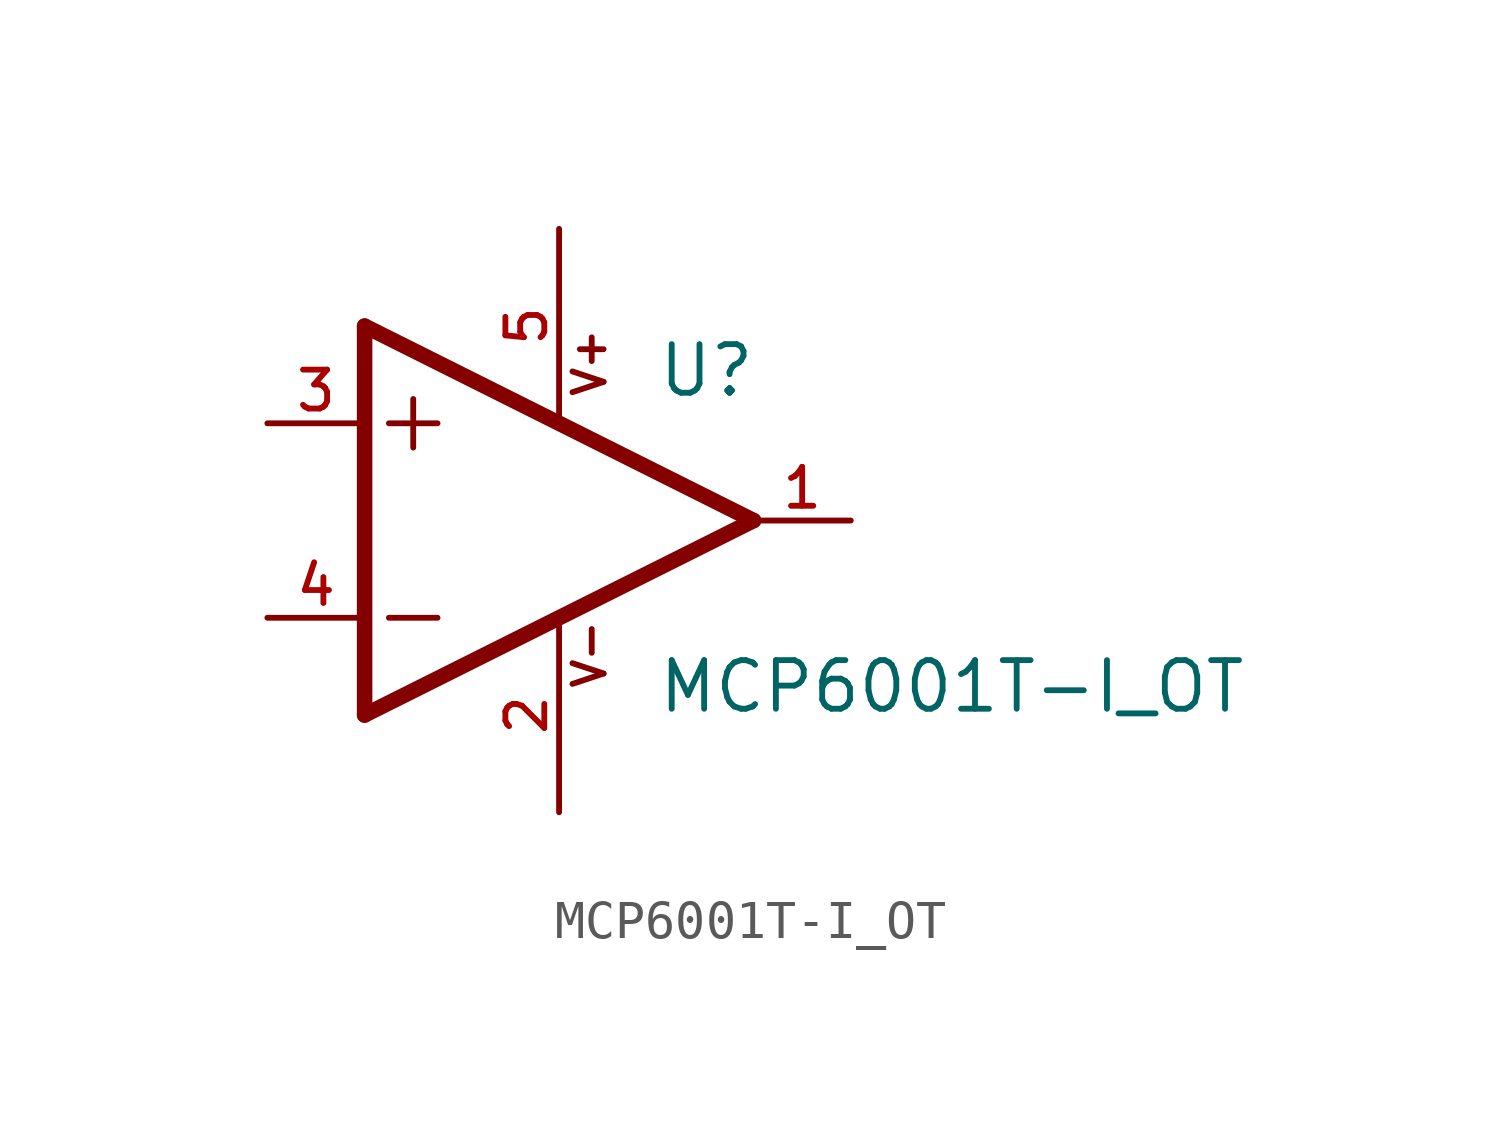
<source format=kicad_sym>
(kicad_symbol_lib
  (version 20211014)
  (generator kicad_symbol_editor)
  (symbol "MCP6001T-I_OT"
    (pin_names
      (offset 1.016))
    (property "Reference" "U"
      (at 2.54 3.175 0)
      (effects (font (size 1.27 1.27)) (justify bottom left)))
    (property "Value" "MCP6001T-I_OT"
      (at 2.54 -5.08 0)
      (effects (font (size 1.27 1.27)) (justify bottom left)))
    (symbol "MCP6001T-I_OT_0_0"
      (polyline (pts (xy -5.08 5.08) (xy -5.08 -5.08)) (stroke (width 0.406)))
      (polyline (pts (xy -5.08 -5.08) (xy 5.08 0.0)) (stroke (width 0.406)))
      (polyline (pts (xy 5.08 0.0) (xy -5.08 5.08)) (stroke (width 0.406)))
      (polyline (pts (xy -3.81 3.175) (xy -3.81 1.905)) (stroke (width 0.152)))
      (polyline (pts (xy -4.445 2.54) (xy -3.175 2.54)) (stroke (width 0.152)))
      (polyline (pts (xy -4.445 -2.54) (xy -3.175 -2.54)) (stroke (width 0.152)))
      (text "V+" (at 1.27 3.175 900) (effects (font (size 0.813 0.813)) (justify bottom left)))
      (text "V-" (at 1.27 -4.445 900) (effects (font (size 0.813 0.813)) (justify bottom left)))
      (pin input line (at -7.62 -2.54 0) (length 2.54) (name "~" (effects (font (size 1.016 1.016)))) (number "4" (effects (font (size 1.016 1.016)))))
      (pin input line (at -7.62 2.54 0) (length 2.54) (name "~" (effects (font (size 1.016 1.016)))) (number "3" (effects (font (size 1.016 1.016)))))
      (pin output line (at 7.62 0.0 180.0) (length 2.54) (name "~" (effects (font (size 1.016 1.016)))) (number "1" (effects (font (size 1.016 1.016)))))
      (pin power_in line (at 0.0 7.62 270.0) (length 5.08) (name "~" (effects (font (size 1.016 1.016)))) (number "5" (effects (font (size 1.016 1.016)))))
      (pin power_in line (at 0.0 -7.62 90.0) (length 5.08) (name "~" (effects (font (size 1.016 1.016)))) (number "2" (effects (font (size 1.016 1.016))))))))
</source>
